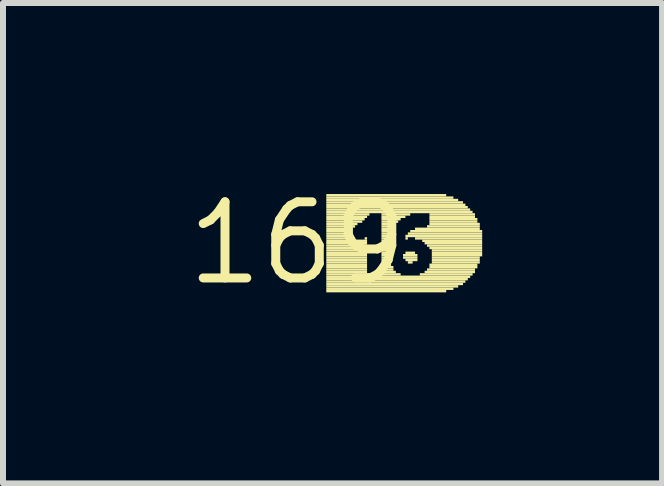
<source format=kicad_pcb>
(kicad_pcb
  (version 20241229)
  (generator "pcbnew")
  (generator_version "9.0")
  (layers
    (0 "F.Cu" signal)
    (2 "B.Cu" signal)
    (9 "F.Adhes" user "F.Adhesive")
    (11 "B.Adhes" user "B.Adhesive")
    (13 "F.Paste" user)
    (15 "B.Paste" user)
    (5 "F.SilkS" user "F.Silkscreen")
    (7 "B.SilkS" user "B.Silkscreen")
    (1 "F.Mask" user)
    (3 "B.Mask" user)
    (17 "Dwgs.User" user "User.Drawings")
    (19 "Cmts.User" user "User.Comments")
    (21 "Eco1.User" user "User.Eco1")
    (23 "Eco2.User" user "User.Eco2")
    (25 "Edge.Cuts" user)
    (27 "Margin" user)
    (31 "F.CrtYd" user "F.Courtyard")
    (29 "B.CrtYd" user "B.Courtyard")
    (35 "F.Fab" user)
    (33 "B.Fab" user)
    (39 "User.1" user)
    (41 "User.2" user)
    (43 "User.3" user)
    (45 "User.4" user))
  (footprint "169"
    (layer "F.Cu")
    (at 1.912 1.006)
    (property "Reference" "169" (at 0 0 0) (layer "F.SilkS") (effects (font (size 1.27 1.27) (thickness 0.15))))
    (attr through_hole)
    (fp_poly (pts (xy 0.48 -0.78) (xy 2.48 -0.78) (xy 2.48 -0.82) (xy 0.48 -0.82)) (stroke (width 0) (type solid)) (fill yes) (layer "F.SilkS"))
    (fp_poly (pts (xy 0.48 -0.74) (xy 2.6 -0.74) (xy 2.6 -0.78) (xy 0.48 -0.78)) (stroke (width 0) (type solid)) (fill yes) (layer "F.SilkS"))
    (fp_poly (pts (xy 0.48 -0.7) (xy 2.68 -0.7) (xy 2.68 -0.74) (xy 0.48 -0.74)) (stroke (width 0) (type solid)) (fill yes) (layer "F.SilkS"))
    (fp_poly (pts (xy 0.48 -0.66) (xy 2.76 -0.66) (xy 2.76 -0.7) (xy 0.48 -0.7)) (stroke (width 0) (type solid)) (fill yes) (layer "F.SilkS"))
    (fp_poly (pts (xy 0.48 -0.62) (xy 2.8 -0.62) (xy 2.8 -0.66) (xy 0.48 -0.66)) (stroke (width 0) (type solid)) (fill yes) (layer "F.SilkS"))
    (fp_poly (pts (xy 0.48 -0.58) (xy 2.84 -0.58) (xy 2.84 -0.62) (xy 0.48 -0.62)) (stroke (width 0) (type solid)) (fill yes) (layer "F.SilkS"))
    (fp_poly (pts (xy 0.48 -0.54) (xy 2.88 -0.54) (xy 2.88 -0.58) (xy 0.48 -0.58)) (stroke (width 0) (type solid)) (fill yes) (layer "F.SilkS"))
    (fp_poly (pts (xy 0.48 -0.5) (xy 2.92 -0.5) (xy 2.92 -0.54) (xy 0.48 -0.54)) (stroke (width 0) (type solid)) (fill yes) (layer "F.SilkS"))
    (fp_poly (pts (xy 0.48 -0.46) (xy 1.2 -0.46) (xy 1.2 -0.5) (xy 0.48 -0.5)) (stroke (width 0) (type solid)) (fill yes) (layer "F.SilkS"))
    (fp_poly (pts (xy 0.48 -0.42) (xy 1.16 -0.42) (xy 1.16 -0.46) (xy 0.48 -0.46)) (stroke (width 0) (type solid)) (fill yes) (layer "F.SilkS"))
    (fp_poly (pts (xy 0.48 -0.38) (xy 1.12 -0.38) (xy 1.12 -0.42) (xy 0.48 -0.42)) (stroke (width 0) (type solid)) (fill yes) (layer "F.SilkS"))
    (fp_poly (pts (xy 0.48 -0.34) (xy 1.08 -0.34) (xy 1.08 -0.38) (xy 0.48 -0.38)) (stroke (width 0) (type solid)) (fill yes) (layer "F.SilkS"))
    (fp_poly (pts (xy 0.48 -0.3) (xy 1 -0.3) (xy 1 -0.34) (xy 0.48 -0.34)) (stroke (width 0) (type solid)) (fill yes) (layer "F.SilkS"))
    (fp_poly (pts (xy 0.48 -0.26) (xy 0.96 -0.26) (xy 0.96 -0.3) (xy 0.48 -0.3)) (stroke (width 0) (type solid)) (fill yes) (layer "F.SilkS"))
    (fp_poly (pts (xy 0.48 -0.22) (xy 0.92 -0.22) (xy 0.92 -0.26) (xy 0.48 -0.26)) (stroke (width 0) (type solid)) (fill yes) (layer "F.SilkS"))
    (fp_poly (pts (xy 0.48 -0.18) (xy 0.92 -0.18) (xy 0.92 -0.22) (xy 0.48 -0.22)) (stroke (width 0) (type solid)) (fill yes) (layer "F.SilkS"))
    (fp_poly (pts (xy 0.48 -0.14) (xy 0.92 -0.14) (xy 0.92 -0.18) (xy 0.48 -0.18)) (stroke (width 0) (type solid)) (fill yes) (layer "F.SilkS"))
    (fp_poly (pts (xy 0.48 -0.1) (xy 0.92 -0.1) (xy 0.92 -0.14) (xy 0.48 -0.14)) (stroke (width 0) (type solid)) (fill yes) (layer "F.SilkS"))
    (fp_poly (pts (xy 0.48 -0.06) (xy 0.96 -0.06) (xy 0.96 -0.1) (xy 0.48 -0.1)) (stroke (width 0) (type solid)) (fill yes) (layer "F.SilkS"))
    (fp_poly (pts (xy 0.48 -0.02) (xy 1.16 -0.02) (xy 1.16 -0.06) (xy 0.48 -0.06)) (stroke (width 0) (type solid)) (fill yes) (layer "F.SilkS"))
    (fp_poly (pts (xy 0.48 0.02) (xy 1.16 0.02) (xy 1.16 -0.02) (xy 0.48 -0.02)) (stroke (width 0) (type solid)) (fill yes) (layer "F.SilkS"))
    (fp_poly (pts (xy 0.48 0.06) (xy 1.16 0.06) (xy 1.16 0.02) (xy 0.48 0.02)) (stroke (width 0) (type solid)) (fill yes) (layer "F.SilkS"))
    (fp_poly (pts (xy 0.48 0.1) (xy 1.16 0.1) (xy 1.16 0.06) (xy 0.48 0.06)) (stroke (width 0) (type solid)) (fill yes) (layer "F.SilkS"))
    (fp_poly (pts (xy 0.48 0.14) (xy 1.16 0.14) (xy 1.16 0.1) (xy 0.48 0.1)) (stroke (width 0) (type solid)) (fill yes) (layer "F.SilkS"))
    (fp_poly (pts (xy 0.48 0.18) (xy 1.16 0.18) (xy 1.16 0.14) (xy 0.48 0.14)) (stroke (width 0) (type solid)) (fill yes) (layer "F.SilkS"))
    (fp_poly (pts (xy 0.48 0.22) (xy 1.16 0.22) (xy 1.16 0.18) (xy 0.48 0.18)) (stroke (width 0) (type solid)) (fill yes) (layer "F.SilkS"))
    (fp_poly (pts (xy 0.48 0.26) (xy 1.16 0.26) (xy 1.16 0.22) (xy 0.48 0.22)) (stroke (width 0) (type solid)) (fill yes) (layer "F.SilkS"))
    (fp_poly (pts (xy 0.48 0.3) (xy 1.16 0.3) (xy 1.16 0.26) (xy 0.48 0.26)) (stroke (width 0) (type solid)) (fill yes) (layer "F.SilkS"))
    (fp_poly (pts (xy 0.48 0.34) (xy 1.16 0.34) (xy 1.16 0.3) (xy 0.48 0.3)) (stroke (width 0) (type solid)) (fill yes) (layer "F.SilkS"))
    (fp_poly (pts (xy 0.48 0.38) (xy 1.16 0.38) (xy 1.16 0.34) (xy 0.48 0.34)) (stroke (width 0) (type solid)) (fill yes) (layer "F.SilkS"))
    (fp_poly (pts (xy 0.48 0.42) (xy 1.16 0.42) (xy 1.16 0.38) (xy 0.48 0.38)) (stroke (width 0) (type solid)) (fill yes) (layer "F.SilkS"))
    (fp_poly (pts (xy 0.48 0.46) (xy 1.16 0.46) (xy 1.16 0.42) (xy 0.48 0.42)) (stroke (width 0) (type solid)) (fill yes) (layer "F.SilkS"))
    (fp_poly (pts (xy 0.48 0.5) (xy 1.16 0.5) (xy 1.16 0.46) (xy 0.48 0.46)) (stroke (width 0) (type solid)) (fill yes) (layer "F.SilkS"))
    (fp_poly (pts (xy 0.48 0.54) (xy 1.2 0.54) (xy 1.2 0.5) (xy 0.48 0.5)) (stroke (width 0) (type solid)) (fill yes) (layer "F.SilkS"))
    (fp_poly (pts (xy 0.48 0.58) (xy 2.88 0.58) (xy 2.88 0.54) (xy 0.48 0.54)) (stroke (width 0) (type solid)) (fill yes) (layer "F.SilkS"))
    (fp_poly (pts (xy 0.48 0.62) (xy 2.84 0.62) (xy 2.84 0.58) (xy 0.48 0.58)) (stroke (width 0) (type solid)) (fill yes) (layer "F.SilkS"))
    (fp_poly (pts (xy 0.48 0.66) (xy 2.8 0.66) (xy 2.8 0.62) (xy 0.48 0.62)) (stroke (width 0) (type solid)) (fill yes) (layer "F.SilkS"))
    (fp_poly (pts (xy 0.48 0.7) (xy 2.76 0.7) (xy 2.76 0.66) (xy 0.48 0.66)) (stroke (width 0) (type solid)) (fill yes) (layer "F.SilkS"))
    (fp_poly (pts (xy 0.48 0.74) (xy 2.68 0.74) (xy 2.68 0.7) (xy 0.48 0.7)) (stroke (width 0) (type solid)) (fill yes) (layer "F.SilkS"))
    (fp_poly (pts (xy 0.48 0.78) (xy 2.6 0.78) (xy 2.6 0.74) (xy 0.48 0.74)) (stroke (width 0) (type solid)) (fill yes) (layer "F.SilkS"))
    (fp_poly (pts (xy 0.48 0.82) (xy 2.48 0.82) (xy 2.48 0.78) (xy 0.48 0.78)) (stroke (width 0) (type solid)) (fill yes) (layer "F.SilkS"))
    (fp_poly (pts (xy 1.12 -0.06) (xy 1.16 -0.06) (xy 1.16 -0.1) (xy 1.12 -0.1)) (stroke (width 0) (type solid)) (fill yes) (layer "F.SilkS"))
    (fp_poly (pts (xy 1.36 0.54) (xy 1.72 0.54) (xy 1.72 0.5) (xy 1.36 0.5)) (stroke (width 0) (type solid)) (fill yes) (layer "F.SilkS"))
    (fp_poly (pts (xy 1.4 -0.46) (xy 1.88 -0.46) (xy 1.88 -0.5) (xy 1.4 -0.5)) (stroke (width 0) (type solid)) (fill yes) (layer "F.SilkS"))
    (fp_poly (pts (xy 1.4 -0.42) (xy 1.8 -0.42) (xy 1.8 -0.46) (xy 1.4 -0.46)) (stroke (width 0) (type solid)) (fill yes) (layer "F.SilkS"))
    (fp_poly (pts (xy 1.4 -0.38) (xy 1.72 -0.38) (xy 1.72 -0.42) (xy 1.4 -0.42)) (stroke (width 0) (type solid)) (fill yes) (layer "F.SilkS"))
    (fp_poly (pts (xy 1.4 -0.34) (xy 1.68 -0.34) (xy 1.68 -0.38) (xy 1.4 -0.38)) (stroke (width 0) (type solid)) (fill yes) (layer "F.SilkS"))
    (fp_poly (pts (xy 1.4 -0.3) (xy 1.64 -0.3) (xy 1.64 -0.34) (xy 1.4 -0.34)) (stroke (width 0) (type solid)) (fill yes) (layer "F.SilkS"))
    (fp_poly (pts (xy 1.4 -0.26) (xy 1.64 -0.26) (xy 1.64 -0.3) (xy 1.4 -0.3)) (stroke (width 0) (type solid)) (fill yes) (layer "F.SilkS"))
    (fp_poly (pts (xy 1.4 -0.22) (xy 1.6 -0.22) (xy 1.6 -0.26) (xy 1.4 -0.26)) (stroke (width 0) (type solid)) (fill yes) (layer "F.SilkS"))
    (fp_poly (pts (xy 1.4 -0.18) (xy 1.6 -0.18) (xy 1.6 -0.22) (xy 1.4 -0.22)) (stroke (width 0) (type solid)) (fill yes) (layer "F.SilkS"))
    (fp_poly (pts (xy 1.4 -0.14) (xy 1.56 -0.14) (xy 1.56 -0.18) (xy 1.4 -0.18)) (stroke (width 0) (type solid)) (fill yes) (layer "F.SilkS"))
    (fp_poly (pts (xy 1.4 -0.1) (xy 1.56 -0.1) (xy 1.56 -0.14) (xy 1.4 -0.14)) (stroke (width 0) (type solid)) (fill yes) (layer "F.SilkS"))
    (fp_poly (pts (xy 1.4 -0.06) (xy 1.52 -0.06) (xy 1.52 -0.1) (xy 1.4 -0.1)) (stroke (width 0) (type solid)) (fill yes) (layer "F.SilkS"))
    (fp_poly (pts (xy 1.4 -0.02) (xy 1.52 -0.02) (xy 1.52 -0.06) (xy 1.4 -0.06)) (stroke (width 0) (type solid)) (fill yes) (layer "F.SilkS"))
    (fp_poly (pts (xy 1.4 0.02) (xy 1.52 0.02) (xy 1.52 -0.02) (xy 1.4 -0.02)) (stroke (width 0) (type solid)) (fill yes) (layer "F.SilkS"))
    (fp_poly (pts (xy 1.4 0.06) (xy 1.52 0.06) (xy 1.52 0.02) (xy 1.4 0.02)) (stroke (width 0) (type solid)) (fill yes) (layer "F.SilkS"))
    (fp_poly (pts (xy 1.4 0.1) (xy 1.52 0.1) (xy 1.52 0.06) (xy 1.4 0.06)) (stroke (width 0) (type solid)) (fill yes) (layer "F.SilkS"))
    (fp_poly (pts (xy 1.4 0.14) (xy 1.52 0.14) (xy 1.52 0.1) (xy 1.4 0.1)) (stroke (width 0) (type solid)) (fill yes) (layer "F.SilkS"))
    (fp_poly (pts (xy 1.4 0.18) (xy 1.52 0.18) (xy 1.52 0.14) (xy 1.4 0.14)) (stroke (width 0) (type solid)) (fill yes) (layer "F.SilkS"))
    (fp_poly (pts (xy 1.4 0.22) (xy 1.52 0.22) (xy 1.52 0.18) (xy 1.4 0.18)) (stroke (width 0) (type solid)) (fill yes) (layer "F.SilkS"))
    (fp_poly (pts (xy 1.4 0.26) (xy 1.52 0.26) (xy 1.52 0.22) (xy 1.4 0.22)) (stroke (width 0) (type solid)) (fill yes) (layer "F.SilkS"))
    (fp_poly (pts (xy 1.4 0.3) (xy 1.52 0.3) (xy 1.52 0.26) (xy 1.4 0.26)) (stroke (width 0) (type solid)) (fill yes) (layer "F.SilkS"))
    (fp_poly (pts (xy 1.4 0.34) (xy 1.56 0.34) (xy 1.56 0.3) (xy 1.4 0.3)) (stroke (width 0) (type solid)) (fill yes) (layer "F.SilkS"))
    (fp_poly (pts (xy 1.4 0.38) (xy 1.56 0.38) (xy 1.56 0.34) (xy 1.4 0.34)) (stroke (width 0) (type solid)) (fill yes) (layer "F.SilkS"))
    (fp_poly (pts (xy 1.4 0.42) (xy 1.6 0.42) (xy 1.6 0.38) (xy 1.4 0.38)) (stroke (width 0) (type solid)) (fill yes) (layer "F.SilkS"))
    (fp_poly (pts (xy 1.4 0.46) (xy 1.6 0.46) (xy 1.6 0.42) (xy 1.4 0.42)) (stroke (width 0) (type solid)) (fill yes) (layer "F.SilkS"))
    (fp_poly (pts (xy 1.4 0.5) (xy 1.64 0.5) (xy 1.64 0.46) (xy 1.4 0.46)) (stroke (width 0) (type solid)) (fill yes) (layer "F.SilkS"))
    (fp_poly (pts (xy 1.76 0.22) (xy 2 0.22) (xy 2 0.18) (xy 1.76 0.18)) (stroke (width 0) (type solid)) (fill yes) (layer "F.SilkS"))
    (fp_poly (pts (xy 1.76 0.26) (xy 2 0.26) (xy 2 0.22) (xy 1.76 0.22)) (stroke (width 0) (type solid)) (fill yes) (layer "F.SilkS"))
    (fp_poly (pts (xy 1.8 -0.1) (xy 3.08 -0.1) (xy 3.08 -0.14) (xy 1.8 -0.14)) (stroke (width 0) (type solid)) (fill yes) (layer "F.SilkS"))
    (fp_poly (pts (xy 1.8 -0.06) (xy 1.84 -0.06) (xy 1.84 -0.1) (xy 1.8 -0.1)) (stroke (width 0) (type solid)) (fill yes) (layer "F.SilkS"))
    (fp_poly (pts (xy 1.8 0.18) (xy 1.96 0.18) (xy 1.96 0.14) (xy 1.8 0.14)) (stroke (width 0) (type solid)) (fill yes) (layer "F.SilkS"))
    (fp_poly (pts (xy 1.8 0.3) (xy 2 0.3) (xy 2 0.26) (xy 1.8 0.26)) (stroke (width 0) (type solid)) (fill yes) (layer "F.SilkS"))
    (fp_poly (pts (xy 1.84 -0.14) (xy 3.08 -0.14) (xy 3.08 -0.18) (xy 1.84 -0.18)) (stroke (width 0) (type solid)) (fill yes) (layer "F.SilkS"))
    (fp_poly (pts (xy 1.84 0.34) (xy 1.92 0.34) (xy 1.92 0.3) (xy 1.84 0.3)) (stroke (width 0) (type solid)) (fill yes) (layer "F.SilkS"))
    (fp_poly (pts (xy 1.88 -0.18) (xy 3.08 -0.18) (xy 3.08 -0.22) (xy 1.88 -0.22)) (stroke (width 0) (type solid)) (fill yes) (layer "F.SilkS"))
    (fp_poly (pts (xy 1.96 -0.22) (xy 3.04 -0.22) (xy 3.04 -0.26) (xy 1.96 -0.26)) (stroke (width 0) (type solid)) (fill yes) (layer "F.SilkS"))
    (fp_poly (pts (xy 1.96 -0.06) (xy 3.08 -0.06) (xy 3.08 -0.1) (xy 1.96 -0.1)) (stroke (width 0) (type solid)) (fill yes) (layer "F.SilkS"))
    (fp_poly (pts (xy 2.04 0.54) (xy 2.92 0.54) (xy 2.92 0.5) (xy 2.04 0.5)) (stroke (width 0) (type solid)) (fill yes) (layer "F.SilkS"))
    (fp_poly (pts (xy 2.08 -0.02) (xy 3.08 -0.02) (xy 3.08 -0.06) (xy 2.08 -0.06)) (stroke (width 0) (type solid)) (fill yes) (layer "F.SilkS"))
    (fp_poly (pts (xy 2.12 0.02) (xy 3.08 0.02) (xy 3.08 -0.02) (xy 2.12 -0.02)) (stroke (width 0) (type solid)) (fill yes) (layer "F.SilkS"))
    (fp_poly (pts (xy 2.12 0.5) (xy 2.96 0.5) (xy 2.96 0.46) (xy 2.12 0.46)) (stroke (width 0) (type solid)) (fill yes) (layer "F.SilkS"))
    (fp_poly (pts (xy 2.16 -0.26) (xy 3.04 -0.26) (xy 3.04 -0.3) (xy 2.16 -0.3)) (stroke (width 0) (type solid)) (fill yes) (layer "F.SilkS"))
    (fp_poly (pts (xy 2.16 0.06) (xy 3.08 0.06) (xy 3.08 0.02) (xy 2.16 0.02)) (stroke (width 0) (type solid)) (fill yes) (layer "F.SilkS"))
    (fp_poly (pts (xy 2.16 0.46) (xy 2.96 0.46) (xy 2.96 0.42) (xy 2.16 0.42)) (stroke (width 0) (type solid)) (fill yes) (layer "F.SilkS"))
    (fp_poly (pts (xy 2.2 -0.46) (xy 2.96 -0.46) (xy 2.96 -0.5) (xy 2.2 -0.5)) (stroke (width 0) (type solid)) (fill yes) (layer "F.SilkS"))
    (fp_poly (pts (xy 2.2 -0.42) (xy 2.96 -0.42) (xy 2.96 -0.46) (xy 2.2 -0.46)) (stroke (width 0) (type solid)) (fill yes) (layer "F.SilkS"))
    (fp_poly (pts (xy 2.2 -0.38) (xy 3 -0.38) (xy 3 -0.42) (xy 2.2 -0.42)) (stroke (width 0) (type solid)) (fill yes) (layer "F.SilkS"))
    (fp_poly (pts (xy 2.2 -0.34) (xy 3 -0.34) (xy 3 -0.38) (xy 2.2 -0.38)) (stroke (width 0) (type solid)) (fill yes) (layer "F.SilkS"))
    (fp_poly (pts (xy 2.2 -0.3) (xy 3.04 -0.3) (xy 3.04 -0.34) (xy 2.2 -0.34)) (stroke (width 0) (type solid)) (fill yes) (layer "F.SilkS"))
    (fp_poly (pts (xy 2.2 0.1) (xy 3.08 0.1) (xy 3.08 0.06) (xy 2.2 0.06)) (stroke (width 0) (type solid)) (fill yes) (layer "F.SilkS"))
    (fp_poly (pts (xy 2.2 0.38) (xy 3 0.38) (xy 3 0.34) (xy 2.2 0.34)) (stroke (width 0) (type solid)) (fill yes) (layer "F.SilkS"))
    (fp_poly (pts (xy 2.2 0.42) (xy 3 0.42) (xy 3 0.38) (xy 2.2 0.38)) (stroke (width 0) (type solid)) (fill yes) (layer "F.SilkS"))
    (fp_poly (pts (xy 2.24 0.14) (xy 3.08 0.14) (xy 3.08 0.1) (xy 2.24 0.1)) (stroke (width 0) (type solid)) (fill yes) (layer "F.SilkS"))
    (fp_poly (pts (xy 2.24 0.18) (xy 3.08 0.18) (xy 3.08 0.14) (xy 2.24 0.14)) (stroke (width 0) (type solid)) (fill yes) (layer "F.SilkS"))
    (fp_poly (pts (xy 2.24 0.22) (xy 3.08 0.22) (xy 3.08 0.18) (xy 2.24 0.18)) (stroke (width 0) (type solid)) (fill yes) (layer "F.SilkS"))
    (fp_poly (pts (xy 2.24 0.26) (xy 3.04 0.26) (xy 3.04 0.22) (xy 2.24 0.22)) (stroke (width 0) (type solid)) (fill yes) (layer "F.SilkS"))
    (fp_poly (pts (xy 2.24 0.3) (xy 3.04 0.3) (xy 3.04 0.26) (xy 2.24 0.26)) (stroke (width 0) (type solid)) (fill yes) (layer "F.SilkS"))
    (fp_poly (pts (xy 2.24 0.34) (xy 3.04 0.34) (xy 3.04 0.3) (xy 2.24 0.3)) (stroke (width 0) (type solid)) (fill yes) (layer "F.SilkS")))
  (gr_rect
    (start -3 -3)
    (end 7.992 5.012)
    (stroke (width 0.1) (type default))
    (fill no)
    (layer "Edge.Cuts")))
</source>
